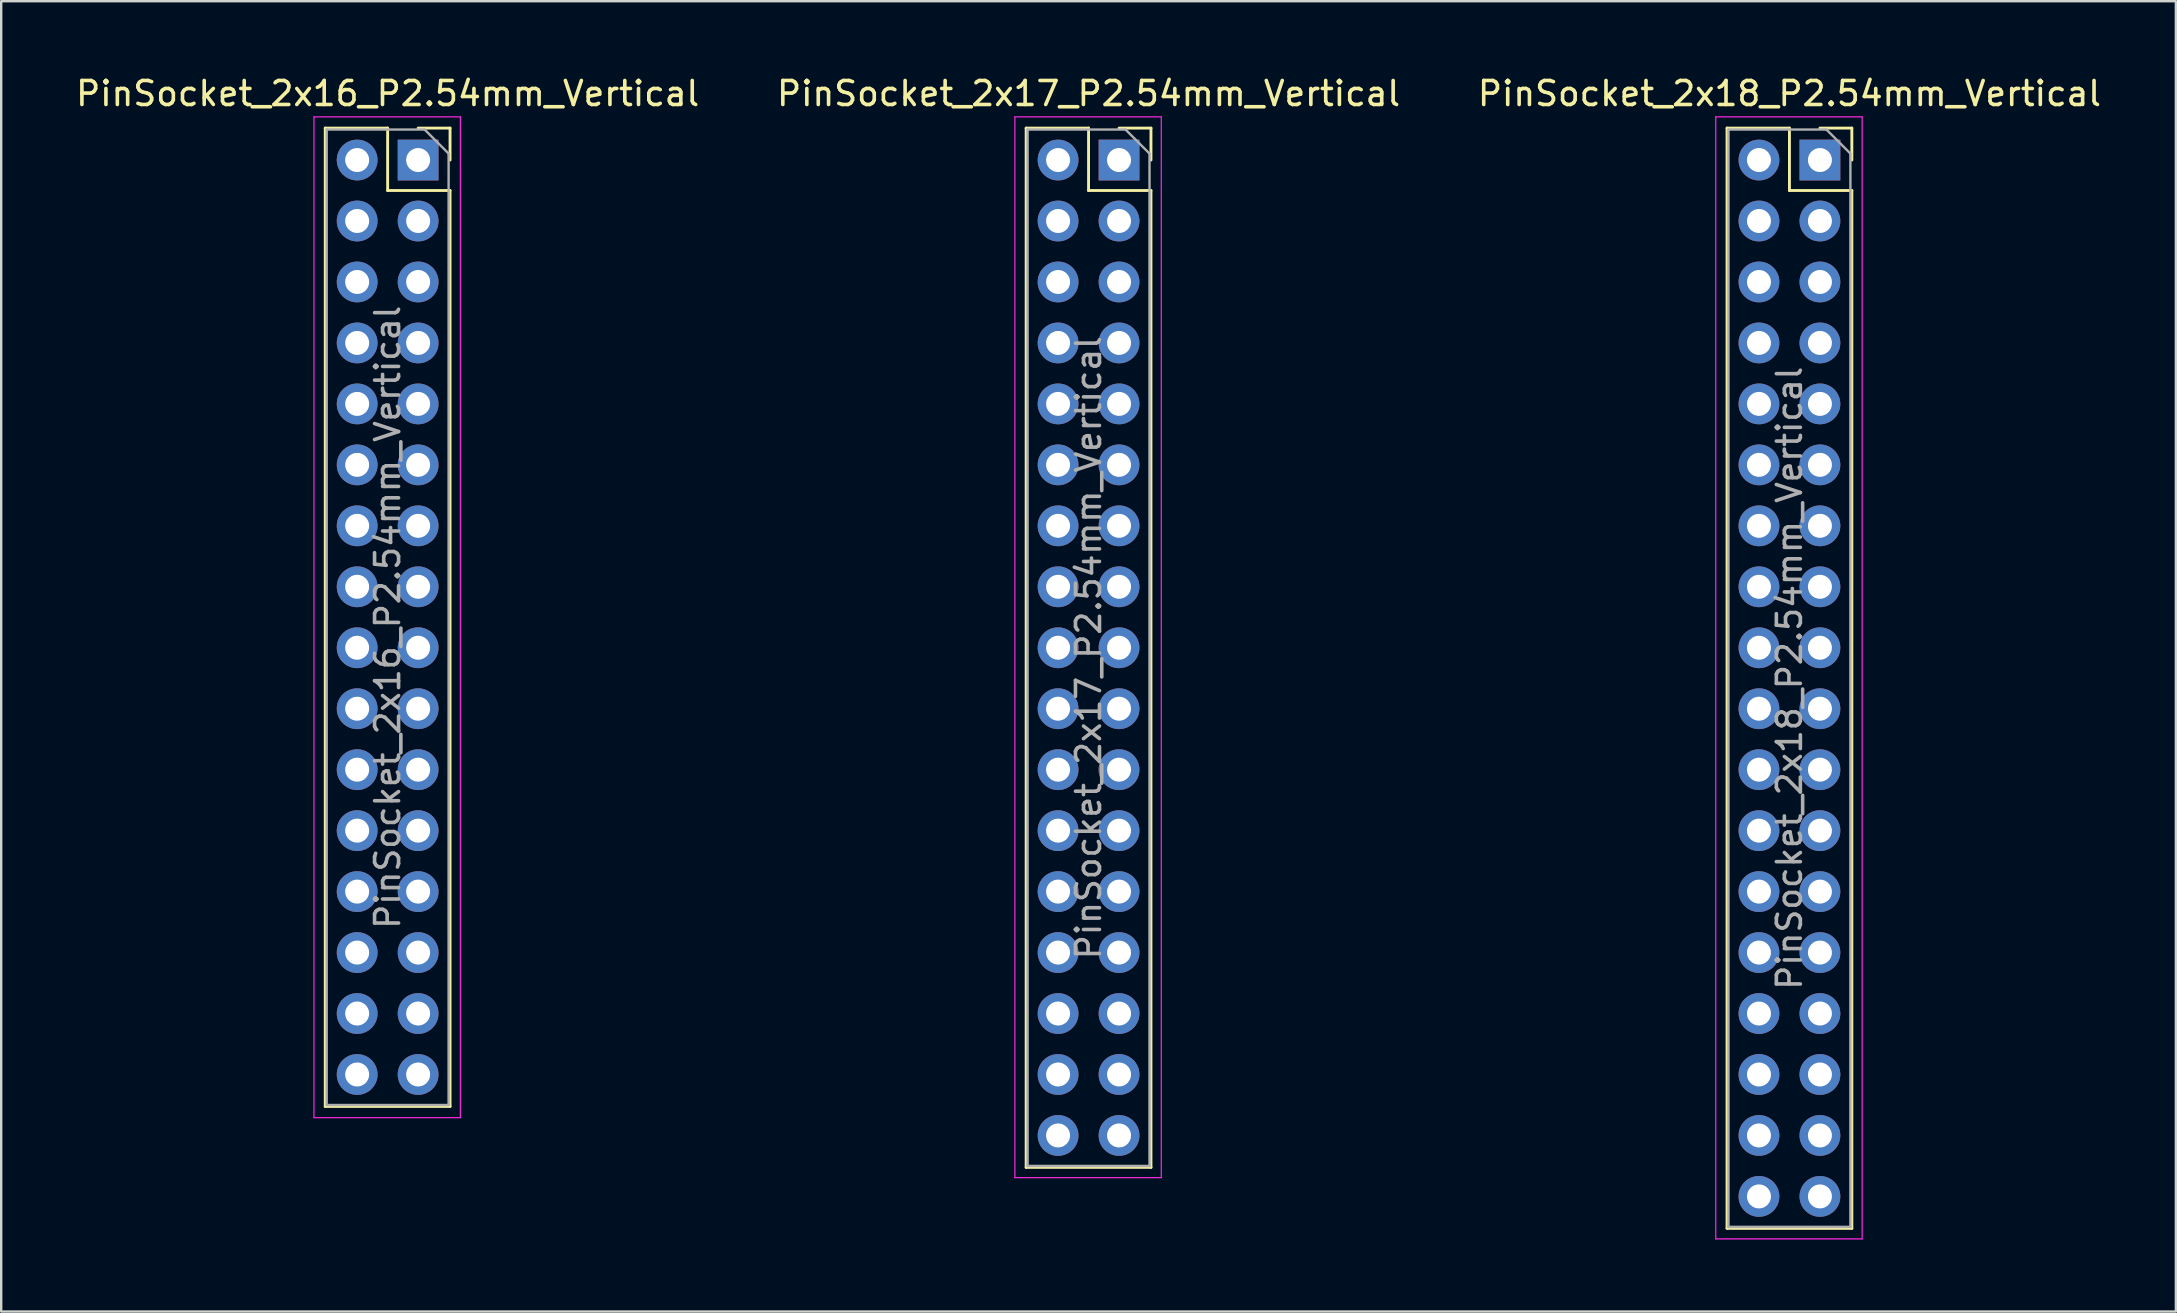
<source format=kicad_pcb>
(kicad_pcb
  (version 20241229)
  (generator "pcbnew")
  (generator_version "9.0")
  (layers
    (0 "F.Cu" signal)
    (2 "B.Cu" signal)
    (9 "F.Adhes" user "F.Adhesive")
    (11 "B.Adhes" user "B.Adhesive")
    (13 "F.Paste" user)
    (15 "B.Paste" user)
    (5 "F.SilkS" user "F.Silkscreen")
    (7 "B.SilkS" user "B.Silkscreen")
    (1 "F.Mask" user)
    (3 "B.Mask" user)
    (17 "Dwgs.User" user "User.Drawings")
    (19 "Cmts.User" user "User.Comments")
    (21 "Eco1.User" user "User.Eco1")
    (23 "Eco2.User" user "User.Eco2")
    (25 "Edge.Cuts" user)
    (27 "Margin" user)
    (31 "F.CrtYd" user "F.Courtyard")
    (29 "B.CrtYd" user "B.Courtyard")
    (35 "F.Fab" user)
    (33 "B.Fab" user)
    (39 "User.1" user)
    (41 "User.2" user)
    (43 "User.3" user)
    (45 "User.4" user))
  (footprint "PinSocket_2x17_P2.54mm_Vertical"
    (layer "F.Cu")
    (at 43.574 3.618)
    (property "Reference" "PinSocket_2x17_P2.54mm_Vertical" (at -1.27 -2.77 0) (layer "F.SilkS") (effects (font (size 1 1) (thickness 0.15))))
    (attr through_hole)
    (fp_line (start -3.87 -1.33) (end -3.87 41.97) (stroke (width 0.12) (type solid)) (layer "F.SilkS"))
    (fp_line (start -3.87 -1.33) (end -1.27 -1.33) (stroke (width 0.12) (type solid)) (layer "F.SilkS"))
    (fp_line (start -3.87 41.97) (end 1.33 41.97) (stroke (width 0.12) (type solid)) (layer "F.SilkS"))
    (fp_line (start -1.27 -1.33) (end -1.27 1.27) (stroke (width 0.12) (type solid)) (layer "F.SilkS"))
    (fp_line (start -1.27 1.27) (end 1.33 1.27) (stroke (width 0.12) (type solid)) (layer "F.SilkS"))
    (fp_line (start 0 -1.33) (end 1.33 -1.33) (stroke (width 0.12) (type solid)) (layer "F.SilkS"))
    (fp_line (start 1.33 -1.33) (end 1.33 0) (stroke (width 0.12) (type solid)) (layer "F.SilkS"))
    (fp_line (start 1.33 1.27) (end 1.33 41.97) (stroke (width 0.12) (type solid)) (layer "F.SilkS"))
    (fp_line (start -4.34 -1.8) (end 1.76 -1.8) (stroke (width 0.05) (type solid)) (layer "F.CrtYd"))
    (fp_line (start -4.34 42.4) (end -4.34 -1.8) (stroke (width 0.05) (type solid)) (layer "F.CrtYd"))
    (fp_line (start 1.76 -1.8) (end 1.76 42.4) (stroke (width 0.05) (type solid)) (layer "F.CrtYd"))
    (fp_line (start 1.76 42.4) (end -4.34 42.4) (stroke (width 0.05) (type solid)) (layer "F.CrtYd"))
    (fp_line (start -3.81 -1.27) (end 0.27 -1.27) (stroke (width 0.1) (type solid)) (layer "F.Fab"))
    (fp_line (start -3.81 41.91) (end -3.81 -1.27) (stroke (width 0.1) (type solid)) (layer "F.Fab"))
    (fp_line (start 0.27 -1.27) (end 1.27 -0.27) (stroke (width 0.1) (type solid)) (layer "F.Fab"))
    (fp_line (start 1.27 -0.27) (end 1.27 41.91) (stroke (width 0.1) (type solid)) (layer "F.Fab"))
    (fp_line (start 1.27 41.91) (end -3.81 41.91) (stroke (width 0.1) (type solid)) (layer "F.Fab"))
    (fp_text user "${REFERENCE}" (at -1.27 20.32 90) (layer "F.Fab") (effects (font (size 1 1) (thickness 0.15))))
    (pad "1" thru_hole rect (at 0 0) (size 1.7 1.7) (drill 1) (layers "*.Cu" "*.Mask"))
    (pad "2" thru_hole oval (at -2.54 0) (size 1.7 1.7) (drill 1) (layers "*.Cu" "*.Mask"))
    (pad "3" thru_hole oval (at 0 2.54) (size 1.7 1.7) (drill 1) (layers "*.Cu" "*.Mask"))
    (pad "4" thru_hole oval (at -2.54 2.54) (size 1.7 1.7) (drill 1) (layers "*.Cu" "*.Mask"))
    (pad "5" thru_hole oval (at 0 5.08) (size 1.7 1.7) (drill 1) (layers "*.Cu" "*.Mask"))
    (pad "6" thru_hole oval (at -2.54 5.08) (size 1.7 1.7) (drill 1) (layers "*.Cu" "*.Mask"))
    (pad "7" thru_hole oval (at 0 7.62) (size 1.7 1.7) (drill 1) (layers "*.Cu" "*.Mask"))
    (pad "8" thru_hole oval (at -2.54 7.62) (size 1.7 1.7) (drill 1) (layers "*.Cu" "*.Mask"))
    (pad "9" thru_hole oval (at 0 10.16) (size 1.7 1.7) (drill 1) (layers "*.Cu" "*.Mask"))
    (pad "10" thru_hole oval (at -2.54 10.16) (size 1.7 1.7) (drill 1) (layers "*.Cu" "*.Mask"))
    (pad "11" thru_hole oval (at 0 12.7) (size 1.7 1.7) (drill 1) (layers "*.Cu" "*.Mask"))
    (pad "12" thru_hole oval (at -2.54 12.7) (size 1.7 1.7) (drill 1) (layers "*.Cu" "*.Mask"))
    (pad "13" thru_hole oval (at 0 15.24) (size 1.7 1.7) (drill 1) (layers "*.Cu" "*.Mask"))
    (pad "14" thru_hole oval (at -2.54 15.24) (size 1.7 1.7) (drill 1) (layers "*.Cu" "*.Mask"))
    (pad "15" thru_hole oval (at 0 17.78) (size 1.7 1.7) (drill 1) (layers "*.Cu" "*.Mask"))
    (pad "16" thru_hole oval (at -2.54 17.78) (size 1.7 1.7) (drill 1) (layers "*.Cu" "*.Mask"))
    (pad "17" thru_hole oval (at 0 20.32) (size 1.7 1.7) (drill 1) (layers "*.Cu" "*.Mask"))
    (pad "18" thru_hole oval (at -2.54 20.32) (size 1.7 1.7) (drill 1) (layers "*.Cu" "*.Mask"))
    (pad "19" thru_hole oval (at 0 22.86) (size 1.7 1.7) (drill 1) (layers "*.Cu" "*.Mask"))
    (pad "20" thru_hole oval (at -2.54 22.86) (size 1.7 1.7) (drill 1) (layers "*.Cu" "*.Mask"))
    (pad "21" thru_hole oval (at 0 25.4) (size 1.7 1.7) (drill 1) (layers "*.Cu" "*.Mask"))
    (pad "22" thru_hole oval (at -2.54 25.4) (size 1.7 1.7) (drill 1) (layers "*.Cu" "*.Mask"))
    (pad "23" thru_hole oval (at 0 27.94) (size 1.7 1.7) (drill 1) (layers "*.Cu" "*.Mask"))
    (pad "24" thru_hole oval (at -2.54 27.94) (size 1.7 1.7) (drill 1) (layers "*.Cu" "*.Mask"))
    (pad "25" thru_hole oval (at 0 30.48) (size 1.7 1.7) (drill 1) (layers "*.Cu" "*.Mask"))
    (pad "26" thru_hole oval (at -2.54 30.48) (size 1.7 1.7) (drill 1) (layers "*.Cu" "*.Mask"))
    (pad "27" thru_hole oval (at 0 33.02) (size 1.7 1.7) (drill 1) (layers "*.Cu" "*.Mask"))
    (pad "28" thru_hole oval (at -2.54 33.02) (size 1.7 1.7) (drill 1) (layers "*.Cu" "*.Mask"))
    (pad "29" thru_hole oval (at 0 35.56) (size 1.7 1.7) (drill 1) (layers "*.Cu" "*.Mask"))
    (pad "30" thru_hole oval (at -2.54 35.56) (size 1.7 1.7) (drill 1) (layers "*.Cu" "*.Mask"))
    (pad "31" thru_hole oval (at 0 38.1) (size 1.7 1.7) (drill 1) (layers "*.Cu" "*.Mask"))
    (pad "32" thru_hole oval (at -2.54 38.1) (size 1.7 1.7) (drill 1) (layers "*.Cu" "*.Mask"))
    (pad "33" thru_hole oval (at 0 40.64) (size 1.7 1.7) (drill 1) (layers "*.Cu" "*.Mask"))
    (pad "34" thru_hole oval (at -2.54 40.64) (size 1.7 1.7) (drill 1) (layers "*.Cu" "*.Mask")))
  (footprint "PinSocket_2x18_P2.54mm_Vertical"
    (layer "F.Cu")
    (at 72.776 3.618)
    (property "Reference" "PinSocket_2x18_P2.54mm_Vertical" (at -1.27 -2.77 0) (layer "F.SilkS") (effects (font (size 1 1) (thickness 0.15))))
    (attr through_hole)
    (fp_line (start -3.87 -1.33) (end -3.87 44.51) (stroke (width 0.12) (type solid)) (layer "F.SilkS"))
    (fp_line (start -3.87 -1.33) (end -1.27 -1.33) (stroke (width 0.12) (type solid)) (layer "F.SilkS"))
    (fp_line (start -3.87 44.51) (end 1.33 44.51) (stroke (width 0.12) (type solid)) (layer "F.SilkS"))
    (fp_line (start -1.27 -1.33) (end -1.27 1.27) (stroke (width 0.12) (type solid)) (layer "F.SilkS"))
    (fp_line (start -1.27 1.27) (end 1.33 1.27) (stroke (width 0.12) (type solid)) (layer "F.SilkS"))
    (fp_line (start 0 -1.33) (end 1.33 -1.33) (stroke (width 0.12) (type solid)) (layer "F.SilkS"))
    (fp_line (start 1.33 -1.33) (end 1.33 0) (stroke (width 0.12) (type solid)) (layer "F.SilkS"))
    (fp_line (start 1.33 1.27) (end 1.33 44.51) (stroke (width 0.12) (type solid)) (layer "F.SilkS"))
    (fp_line (start -4.34 -1.8) (end 1.76 -1.8) (stroke (width 0.05) (type solid)) (layer "F.CrtYd"))
    (fp_line (start -4.34 44.95) (end -4.34 -1.8) (stroke (width 0.05) (type solid)) (layer "F.CrtYd"))
    (fp_line (start 1.76 -1.8) (end 1.76 44.95) (stroke (width 0.05) (type solid)) (layer "F.CrtYd"))
    (fp_line (start 1.76 44.95) (end -4.34 44.95) (stroke (width 0.05) (type solid)) (layer "F.CrtYd"))
    (fp_line (start -3.81 -1.27) (end 0.27 -1.27) (stroke (width 0.1) (type solid)) (layer "F.Fab"))
    (fp_line (start -3.81 44.45) (end -3.81 -1.27) (stroke (width 0.1) (type solid)) (layer "F.Fab"))
    (fp_line (start 0.27 -1.27) (end 1.27 -0.27) (stroke (width 0.1) (type solid)) (layer "F.Fab"))
    (fp_line (start 1.27 -0.27) (end 1.27 44.45) (stroke (width 0.1) (type solid)) (layer "F.Fab"))
    (fp_line (start 1.27 44.45) (end -3.81 44.45) (stroke (width 0.1) (type solid)) (layer "F.Fab"))
    (fp_text user "${REFERENCE}" (at -1.27 21.59 90) (layer "F.Fab") (effects (font (size 1 1) (thickness 0.15))))
    (pad "1" thru_hole rect (at 0 0) (size 1.7 1.7) (drill 1) (layers "*.Cu" "*.Mask"))
    (pad "2" thru_hole oval (at -2.54 0) (size 1.7 1.7) (drill 1) (layers "*.Cu" "*.Mask"))
    (pad "3" thru_hole oval (at 0 2.54) (size 1.7 1.7) (drill 1) (layers "*.Cu" "*.Mask"))
    (pad "4" thru_hole oval (at -2.54 2.54) (size 1.7 1.7) (drill 1) (layers "*.Cu" "*.Mask"))
    (pad "5" thru_hole oval (at 0 5.08) (size 1.7 1.7) (drill 1) (layers "*.Cu" "*.Mask"))
    (pad "6" thru_hole oval (at -2.54 5.08) (size 1.7 1.7) (drill 1) (layers "*.Cu" "*.Mask"))
    (pad "7" thru_hole oval (at 0 7.62) (size 1.7 1.7) (drill 1) (layers "*.Cu" "*.Mask"))
    (pad "8" thru_hole oval (at -2.54 7.62) (size 1.7 1.7) (drill 1) (layers "*.Cu" "*.Mask"))
    (pad "9" thru_hole oval (at 0 10.16) (size 1.7 1.7) (drill 1) (layers "*.Cu" "*.Mask"))
    (pad "10" thru_hole oval (at -2.54 10.16) (size 1.7 1.7) (drill 1) (layers "*.Cu" "*.Mask"))
    (pad "11" thru_hole oval (at 0 12.7) (size 1.7 1.7) (drill 1) (layers "*.Cu" "*.Mask"))
    (pad "12" thru_hole oval (at -2.54 12.7) (size 1.7 1.7) (drill 1) (layers "*.Cu" "*.Mask"))
    (pad "13" thru_hole oval (at 0 15.24) (size 1.7 1.7) (drill 1) (layers "*.Cu" "*.Mask"))
    (pad "14" thru_hole oval (at -2.54 15.24) (size 1.7 1.7) (drill 1) (layers "*.Cu" "*.Mask"))
    (pad "15" thru_hole oval (at 0 17.78) (size 1.7 1.7) (drill 1) (layers "*.Cu" "*.Mask"))
    (pad "16" thru_hole oval (at -2.54 17.78) (size 1.7 1.7) (drill 1) (layers "*.Cu" "*.Mask"))
    (pad "17" thru_hole oval (at 0 20.32) (size 1.7 1.7) (drill 1) (layers "*.Cu" "*.Mask"))
    (pad "18" thru_hole oval (at -2.54 20.32) (size 1.7 1.7) (drill 1) (layers "*.Cu" "*.Mask"))
    (pad "19" thru_hole oval (at 0 22.86) (size 1.7 1.7) (drill 1) (layers "*.Cu" "*.Mask"))
    (pad "20" thru_hole oval (at -2.54 22.86) (size 1.7 1.7) (drill 1) (layers "*.Cu" "*.Mask"))
    (pad "21" thru_hole oval (at 0 25.4) (size 1.7 1.7) (drill 1) (layers "*.Cu" "*.Mask"))
    (pad "22" thru_hole oval (at -2.54 25.4) (size 1.7 1.7) (drill 1) (layers "*.Cu" "*.Mask"))
    (pad "23" thru_hole oval (at 0 27.94) (size 1.7 1.7) (drill 1) (layers "*.Cu" "*.Mask"))
    (pad "24" thru_hole oval (at -2.54 27.94) (size 1.7 1.7) (drill 1) (layers "*.Cu" "*.Mask"))
    (pad "25" thru_hole oval (at 0 30.48) (size 1.7 1.7) (drill 1) (layers "*.Cu" "*.Mask"))
    (pad "26" thru_hole oval (at -2.54 30.48) (size 1.7 1.7) (drill 1) (layers "*.Cu" "*.Mask"))
    (pad "27" thru_hole oval (at 0 33.02) (size 1.7 1.7) (drill 1) (layers "*.Cu" "*.Mask"))
    (pad "28" thru_hole oval (at -2.54 33.02) (size 1.7 1.7) (drill 1) (layers "*.Cu" "*.Mask"))
    (pad "29" thru_hole oval (at 0 35.56) (size 1.7 1.7) (drill 1) (layers "*.Cu" "*.Mask"))
    (pad "30" thru_hole oval (at -2.54 35.56) (size 1.7 1.7) (drill 1) (layers "*.Cu" "*.Mask"))
    (pad "31" thru_hole oval (at 0 38.1) (size 1.7 1.7) (drill 1) (layers "*.Cu" "*.Mask"))
    (pad "32" thru_hole oval (at -2.54 38.1) (size 1.7 1.7) (drill 1) (layers "*.Cu" "*.Mask"))
    (pad "33" thru_hole oval (at 0 40.64) (size 1.7 1.7) (drill 1) (layers "*.Cu" "*.Mask"))
    (pad "34" thru_hole oval (at -2.54 40.64) (size 1.7 1.7) (drill 1) (layers "*.Cu" "*.Mask"))
    (pad "35" thru_hole oval (at 0 43.18) (size 1.7 1.7) (drill 1) (layers "*.Cu" "*.Mask"))
    (pad "36" thru_hole oval (at -2.54 43.18) (size 1.7 1.7) (drill 1) (layers "*.Cu" "*.Mask")))
  (footprint "PinSocket_2x16_P2.54mm_Vertical"
    (layer "F.Cu")
    (at 14.371 3.618)
    (property "Reference" "PinSocket_2x16_P2.54mm_Vertical" (at -1.27 -2.77 0) (layer "F.SilkS") (effects (font (size 1 1) (thickness 0.15))))
    (attr through_hole)
    (fp_line (start -3.87 -1.33) (end -3.87 39.43) (stroke (width 0.12) (type solid)) (layer "F.SilkS"))
    (fp_line (start -3.87 -1.33) (end -1.27 -1.33) (stroke (width 0.12) (type solid)) (layer "F.SilkS"))
    (fp_line (start -3.87 39.43) (end 1.33 39.43) (stroke (width 0.12) (type solid)) (layer "F.SilkS"))
    (fp_line (start -1.27 -1.33) (end -1.27 1.27) (stroke (width 0.12) (type solid)) (layer "F.SilkS"))
    (fp_line (start -1.27 1.27) (end 1.33 1.27) (stroke (width 0.12) (type solid)) (layer "F.SilkS"))
    (fp_line (start 0 -1.33) (end 1.33 -1.33) (stroke (width 0.12) (type solid)) (layer "F.SilkS"))
    (fp_line (start 1.33 -1.33) (end 1.33 0) (stroke (width 0.12) (type solid)) (layer "F.SilkS"))
    (fp_line (start 1.33 1.27) (end 1.33 39.43) (stroke (width 0.12) (type solid)) (layer "F.SilkS"))
    (fp_line (start -4.34 -1.8) (end 1.76 -1.8) (stroke (width 0.05) (type solid)) (layer "F.CrtYd"))
    (fp_line (start -4.34 39.9) (end -4.34 -1.8) (stroke (width 0.05) (type solid)) (layer "F.CrtYd"))
    (fp_line (start 1.76 -1.8) (end 1.76 39.9) (stroke (width 0.05) (type solid)) (layer "F.CrtYd"))
    (fp_line (start 1.76 39.9) (end -4.34 39.9) (stroke (width 0.05) (type solid)) (layer "F.CrtYd"))
    (fp_line (start -3.81 -1.27) (end 0.27 -1.27) (stroke (width 0.1) (type solid)) (layer "F.Fab"))
    (fp_line (start -3.81 39.37) (end -3.81 -1.27) (stroke (width 0.1) (type solid)) (layer "F.Fab"))
    (fp_line (start 0.27 -1.27) (end 1.27 -0.27) (stroke (width 0.1) (type solid)) (layer "F.Fab"))
    (fp_line (start 1.27 -0.27) (end 1.27 39.37) (stroke (width 0.1) (type solid)) (layer "F.Fab"))
    (fp_line (start 1.27 39.37) (end -3.81 39.37) (stroke (width 0.1) (type solid)) (layer "F.Fab"))
    (fp_text user "${REFERENCE}" (at -1.27 19.05 90) (layer "F.Fab") (effects (font (size 1 1) (thickness 0.15))))
    (pad "1" thru_hole rect (at 0 0) (size 1.7 1.7) (drill 1) (layers "*.Cu" "*.Mask"))
    (pad "2" thru_hole oval (at -2.54 0) (size 1.7 1.7) (drill 1) (layers "*.Cu" "*.Mask"))
    (pad "3" thru_hole oval (at 0 2.54) (size 1.7 1.7) (drill 1) (layers "*.Cu" "*.Mask"))
    (pad "4" thru_hole oval (at -2.54 2.54) (size 1.7 1.7) (drill 1) (layers "*.Cu" "*.Mask"))
    (pad "5" thru_hole oval (at 0 5.08) (size 1.7 1.7) (drill 1) (layers "*.Cu" "*.Mask"))
    (pad "6" thru_hole oval (at -2.54 5.08) (size 1.7 1.7) (drill 1) (layers "*.Cu" "*.Mask"))
    (pad "7" thru_hole oval (at 0 7.62) (size 1.7 1.7) (drill 1) (layers "*.Cu" "*.Mask"))
    (pad "8" thru_hole oval (at -2.54 7.62) (size 1.7 1.7) (drill 1) (layers "*.Cu" "*.Mask"))
    (pad "9" thru_hole oval (at 0 10.16) (size 1.7 1.7) (drill 1) (layers "*.Cu" "*.Mask"))
    (pad "10" thru_hole oval (at -2.54 10.16) (size 1.7 1.7) (drill 1) (layers "*.Cu" "*.Mask"))
    (pad "11" thru_hole oval (at 0 12.7) (size 1.7 1.7) (drill 1) (layers "*.Cu" "*.Mask"))
    (pad "12" thru_hole oval (at -2.54 12.7) (size 1.7 1.7) (drill 1) (layers "*.Cu" "*.Mask"))
    (pad "13" thru_hole oval (at 0 15.24) (size 1.7 1.7) (drill 1) (layers "*.Cu" "*.Mask"))
    (pad "14" thru_hole oval (at -2.54 15.24) (size 1.7 1.7) (drill 1) (layers "*.Cu" "*.Mask"))
    (pad "15" thru_hole oval (at 0 17.78) (size 1.7 1.7) (drill 1) (layers "*.Cu" "*.Mask"))
    (pad "16" thru_hole oval (at -2.54 17.78) (size 1.7 1.7) (drill 1) (layers "*.Cu" "*.Mask"))
    (pad "17" thru_hole oval (at 0 20.32) (size 1.7 1.7) (drill 1) (layers "*.Cu" "*.Mask"))
    (pad "18" thru_hole oval (at -2.54 20.32) (size 1.7 1.7) (drill 1) (layers "*.Cu" "*.Mask"))
    (pad "19" thru_hole oval (at 0 22.86) (size 1.7 1.7) (drill 1) (layers "*.Cu" "*.Mask"))
    (pad "20" thru_hole oval (at -2.54 22.86) (size 1.7 1.7) (drill 1) (layers "*.Cu" "*.Mask"))
    (pad "21" thru_hole oval (at 0 25.4) (size 1.7 1.7) (drill 1) (layers "*.Cu" "*.Mask"))
    (pad "22" thru_hole oval (at -2.54 25.4) (size 1.7 1.7) (drill 1) (layers "*.Cu" "*.Mask"))
    (pad "23" thru_hole oval (at 0 27.94) (size 1.7 1.7) (drill 1) (layers "*.Cu" "*.Mask"))
    (pad "24" thru_hole oval (at -2.54 27.94) (size 1.7 1.7) (drill 1) (layers "*.Cu" "*.Mask"))
    (pad "25" thru_hole oval (at 0 30.48) (size 1.7 1.7) (drill 1) (layers "*.Cu" "*.Mask"))
    (pad "26" thru_hole oval (at -2.54 30.48) (size 1.7 1.7) (drill 1) (layers "*.Cu" "*.Mask"))
    (pad "27" thru_hole oval (at 0 33.02) (size 1.7 1.7) (drill 1) (layers "*.Cu" "*.Mask"))
    (pad "28" thru_hole oval (at -2.54 33.02) (size 1.7 1.7) (drill 1) (layers "*.Cu" "*.Mask"))
    (pad "29" thru_hole oval (at 0 35.56) (size 1.7 1.7) (drill 1) (layers "*.Cu" "*.Mask"))
    (pad "30" thru_hole oval (at -2.54 35.56) (size 1.7 1.7) (drill 1) (layers "*.Cu" "*.Mask"))
    (pad "31" thru_hole oval (at 0 38.1) (size 1.7 1.7) (drill 1) (layers "*.Cu" "*.Mask"))
    (pad "32" thru_hole oval (at -2.54 38.1) (size 1.7 1.7) (drill 1) (layers "*.Cu" "*.Mask")))
  (gr_rect
    (start -3 -3)
    (end 87.607 51.593)
    (stroke (width 0.1) (type default))
    (fill no)
    (layer "Edge.Cuts")))
</source>
